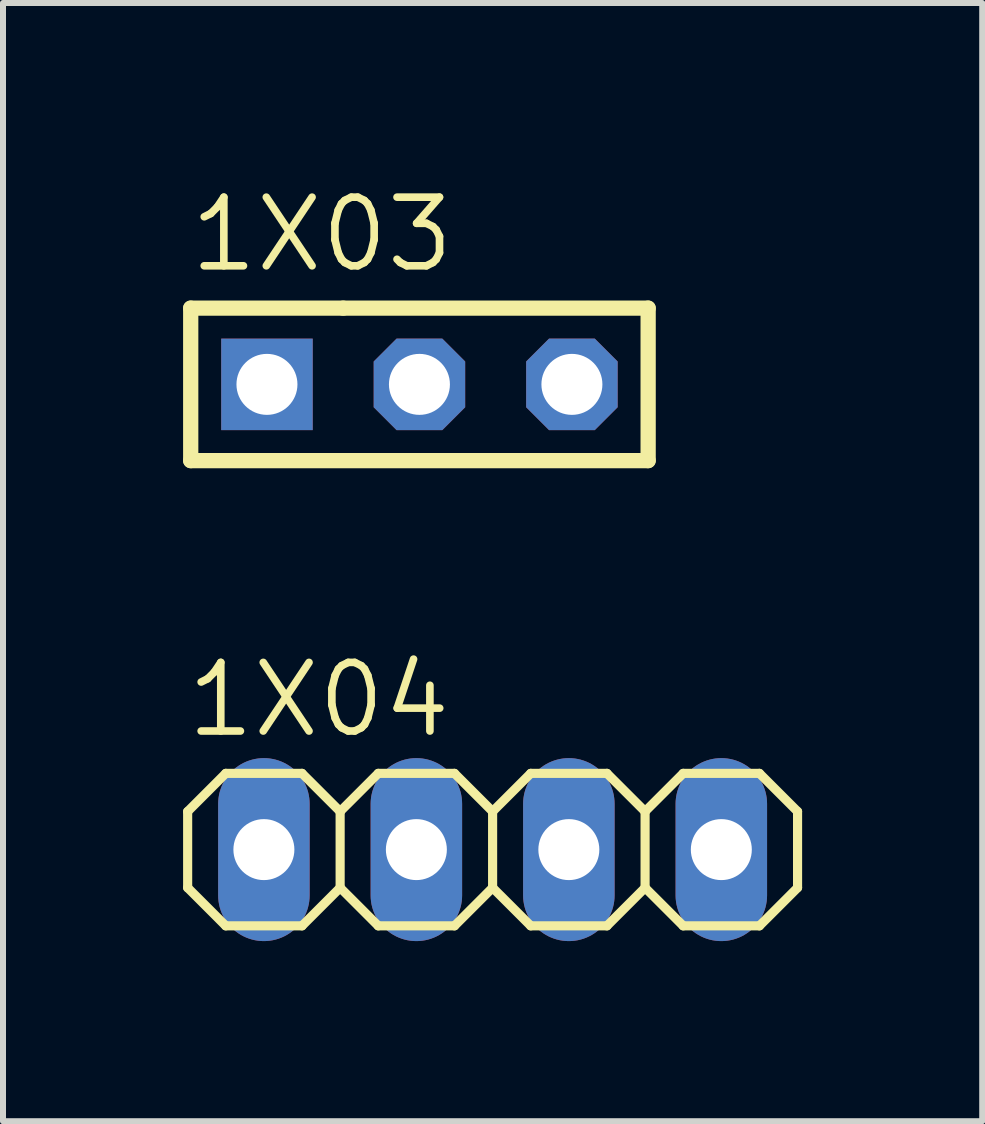
<source format=kicad_pcb>
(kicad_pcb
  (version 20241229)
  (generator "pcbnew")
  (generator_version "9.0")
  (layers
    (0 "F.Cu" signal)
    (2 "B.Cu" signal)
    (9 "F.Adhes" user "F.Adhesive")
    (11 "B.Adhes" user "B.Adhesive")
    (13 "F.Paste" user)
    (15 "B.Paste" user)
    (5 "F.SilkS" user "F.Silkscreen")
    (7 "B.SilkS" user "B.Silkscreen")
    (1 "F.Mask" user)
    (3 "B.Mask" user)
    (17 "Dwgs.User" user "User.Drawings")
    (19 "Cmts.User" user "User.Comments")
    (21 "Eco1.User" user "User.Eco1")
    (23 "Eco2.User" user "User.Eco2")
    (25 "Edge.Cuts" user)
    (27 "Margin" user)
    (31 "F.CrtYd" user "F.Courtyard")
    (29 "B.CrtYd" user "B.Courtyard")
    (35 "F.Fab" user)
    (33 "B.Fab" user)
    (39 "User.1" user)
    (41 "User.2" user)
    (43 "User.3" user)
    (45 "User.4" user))
  (footprint "1X04"
    (layer "F.Cu")
    (at 5.156 11.103)
    (property "Reference" "1X04" (at -5.156 -1.829 0) (layer "F.SilkS") (effects (font (size 1.143 1.143) (thickness 0.127)) (justify left bottom)))
    (fp_line (start -5.08 -0.635) (end -5.08 0.635) (stroke (width 0.152) (type solid)) (layer "F.SilkS"))
    (fp_line (start -5.08 0.635) (end -4.445 1.27) (stroke (width 0.152) (type solid)) (layer "F.SilkS"))
    (fp_line (start -4.445 -1.27) (end -5.08 -0.635) (stroke (width 0.152) (type solid)) (layer "F.SilkS"))
    (fp_line (start -4.445 -1.27) (end -3.175 -1.27) (stroke (width 0.152) (type solid)) (layer "F.SilkS"))
    (fp_line (start -3.175 -1.27) (end -2.54 -0.635) (stroke (width 0.152) (type solid)) (layer "F.SilkS"))
    (fp_line (start -3.175 1.27) (end -4.445 1.27) (stroke (width 0.152) (type solid)) (layer "F.SilkS"))
    (fp_line (start -2.54 -0.635) (end -2.54 0.635) (stroke (width 0.152) (type solid)) (layer "F.SilkS"))
    (fp_line (start -2.54 -0.635) (end -1.905 -1.27) (stroke (width 0.152) (type solid)) (layer "F.SilkS"))
    (fp_line (start -2.54 0.635) (end -3.175 1.27) (stroke (width 0.152) (type solid)) (layer "F.SilkS"))
    (fp_line (start -1.905 -1.27) (end -0.635 -1.27) (stroke (width 0.152) (type solid)) (layer "F.SilkS"))
    (fp_line (start -1.905 1.27) (end -2.54 0.635) (stroke (width 0.152) (type solid)) (layer "F.SilkS"))
    (fp_line (start -0.635 -1.27) (end 0 -0.635) (stroke (width 0.152) (type solid)) (layer "F.SilkS"))
    (fp_line (start -0.635 1.27) (end -1.905 1.27) (stroke (width 0.152) (type solid)) (layer "F.SilkS"))
    (fp_line (start 0 -0.635) (end 0 0.635) (stroke (width 0.152) (type solid)) (layer "F.SilkS"))
    (fp_line (start 0 -0.635) (end 0.635 -1.27) (stroke (width 0.152) (type solid)) (layer "F.SilkS"))
    (fp_line (start 0 0.635) (end -0.635 1.27) (stroke (width 0.152) (type solid)) (layer "F.SilkS"))
    (fp_line (start 0.635 -1.27) (end 1.905 -1.27) (stroke (width 0.152) (type solid)) (layer "F.SilkS"))
    (fp_line (start 0.635 1.27) (end 0 0.635) (stroke (width 0.152) (type solid)) (layer "F.SilkS"))
    (fp_line (start 1.905 -1.27) (end 2.54 -0.635) (stroke (width 0.152) (type solid)) (layer "F.SilkS"))
    (fp_line (start 1.905 1.27) (end 0.635 1.27) (stroke (width 0.152) (type solid)) (layer "F.SilkS"))
    (fp_line (start 2.54 -0.635) (end 2.54 0.635) (stroke (width 0.152) (type solid)) (layer "F.SilkS"))
    (fp_line (start 2.54 0.635) (end 1.905 1.27) (stroke (width 0.152) (type solid)) (layer "F.SilkS"))
    (fp_line (start 2.54 0.635) (end 3.175 1.27) (stroke (width 0.152) (type solid)) (layer "F.SilkS"))
    (fp_line (start 3.175 -1.27) (end 2.54 -0.635) (stroke (width 0.152) (type solid)) (layer "F.SilkS"))
    (fp_line (start 3.175 -1.27) (end 4.445 -1.27) (stroke (width 0.152) (type solid)) (layer "F.SilkS"))
    (fp_line (start 4.445 -1.27) (end 5.08 -0.635) (stroke (width 0.152) (type solid)) (layer "F.SilkS"))
    (fp_line (start 4.445 1.27) (end 3.175 1.27) (stroke (width 0.152) (type solid)) (layer "F.SilkS"))
    (fp_line (start 5.08 -0.635) (end 5.08 0.635) (stroke (width 0.152) (type solid)) (layer "F.SilkS"))
    (fp_line (start 5.08 0.635) (end 4.445 1.27) (stroke (width 0.152) (type solid)) (layer "F.SilkS"))
    (fp_poly (pts (xy -4.064 0.254) (xy -3.556 0.254) (xy -3.556 -0.254) (xy -4.064 -0.254)) (stroke (width 0.1) (type solid)) (fill no) (layer "F.Fab"))
    (fp_poly (pts (xy -1.524 0.254) (xy -1.016 0.254) (xy -1.016 -0.254) (xy -1.524 -0.254)) (stroke (width 0.1) (type solid)) (fill no) (layer "F.Fab"))
    (fp_poly (pts (xy 1.016 0.254) (xy 1.524 0.254) (xy 1.524 -0.254) (xy 1.016 -0.254)) (stroke (width 0.1) (type solid)) (fill no) (layer "F.Fab"))
    (fp_poly (pts (xy 3.556 0.254) (xy 4.064 0.254) (xy 4.064 -0.254) (xy 3.556 -0.254)) (stroke (width 0.1) (type solid)) (fill no) (layer "F.Fab"))
    (pad "1" thru_hole oval (at -3.81 0 90) (size 3.048 1.524) (drill 1.016) (layers "*.Cu" "*.Mask"))
    (pad "2" thru_hole oval (at -1.27 0 90) (size 3.048 1.524) (drill 1.016) (layers "*.Cu" "*.Mask"))
    (pad "3" thru_hole oval (at 1.27 0 90) (size 3.048 1.524) (drill 1.016) (layers "*.Cu" "*.Mask"))
    (pad "4" thru_hole oval (at 3.81 0 90) (size 3.048 1.524) (drill 1.016) (layers "*.Cu" "*.Mask")))
  (footprint "1X03"
    (layer "F.Cu")
    (at 3.937 3.353)
    (property "Reference" "1X03" (at -3.886 -1.829 0) (layer "F.SilkS") (effects (font (size 1.143 1.143) (thickness 0.127)) (justify left bottom)))
    (fp_line (start -3.81 -1.27) (end -3.81 1.27) (stroke (width 0.254) (type solid)) (layer "F.SilkS"))
    (fp_line (start -3.81 -1.27) (end -1.27 -1.27) (stroke (width 0.254) (type solid)) (layer "F.SilkS"))
    (fp_line (start -1.27 -1.27) (end 3.81 -1.27) (stroke (width 0.254) (type solid)) (layer "F.SilkS"))
    (fp_line (start 3.81 -1.27) (end 3.81 1.27) (stroke (width 0.254) (type solid)) (layer "F.SilkS"))
    (fp_line (start 3.81 1.27) (end -3.81 1.27) (stroke (width 0.254) (type solid)) (layer "F.SilkS"))
    (fp_poly (pts (xy -2.794 0.254) (xy -2.286 0.254) (xy -2.286 -0.254) (xy -2.794 -0.254)) (stroke (width 0.1) (type solid)) (fill no) (layer "F.Fab"))
    (fp_poly (pts (xy -0.254 0.254) (xy 0.254 0.254) (xy 0.254 -0.254) (xy -0.254 -0.254)) (stroke (width 0.1) (type solid)) (fill no) (layer "F.Fab"))
    (fp_poly (pts (xy 2.286 0.254) (xy 2.794 0.254) (xy 2.794 -0.254) (xy 2.286 -0.254)) (stroke (width 0.1) (type solid)) (fill no) (layer "F.Fab"))
    (pad "1" thru_hole rect (at -2.54 0 90) (size 1.524 1.524) (drill 1.016) (layers "*.Cu" "*.Mask"))
    (pad "2" thru_hole roundrect (at 0 0 90) (size 1.524 1.524) (drill 1.016) (layers "*.Cu" "*.Mask") (roundrect_rratio 0.25) (chamfer_ratio 0.25) (chamfer top_left top_right bottom_left bottom_right))
    (pad "3" thru_hole roundrect (at 2.54 0 90) (size 1.524 1.524) (drill 1.016) (layers "*.Cu" "*.Mask") (roundrect_rratio 0.25) (chamfer_ratio 0.25) (chamfer top_left top_right bottom_left bottom_right)))
  (gr_rect
    (start -3 -3)
    (end 13.312 15.627)
    (stroke (width 0.1) (type default))
    (fill no)
    (layer "Edge.Cuts")))
</source>
